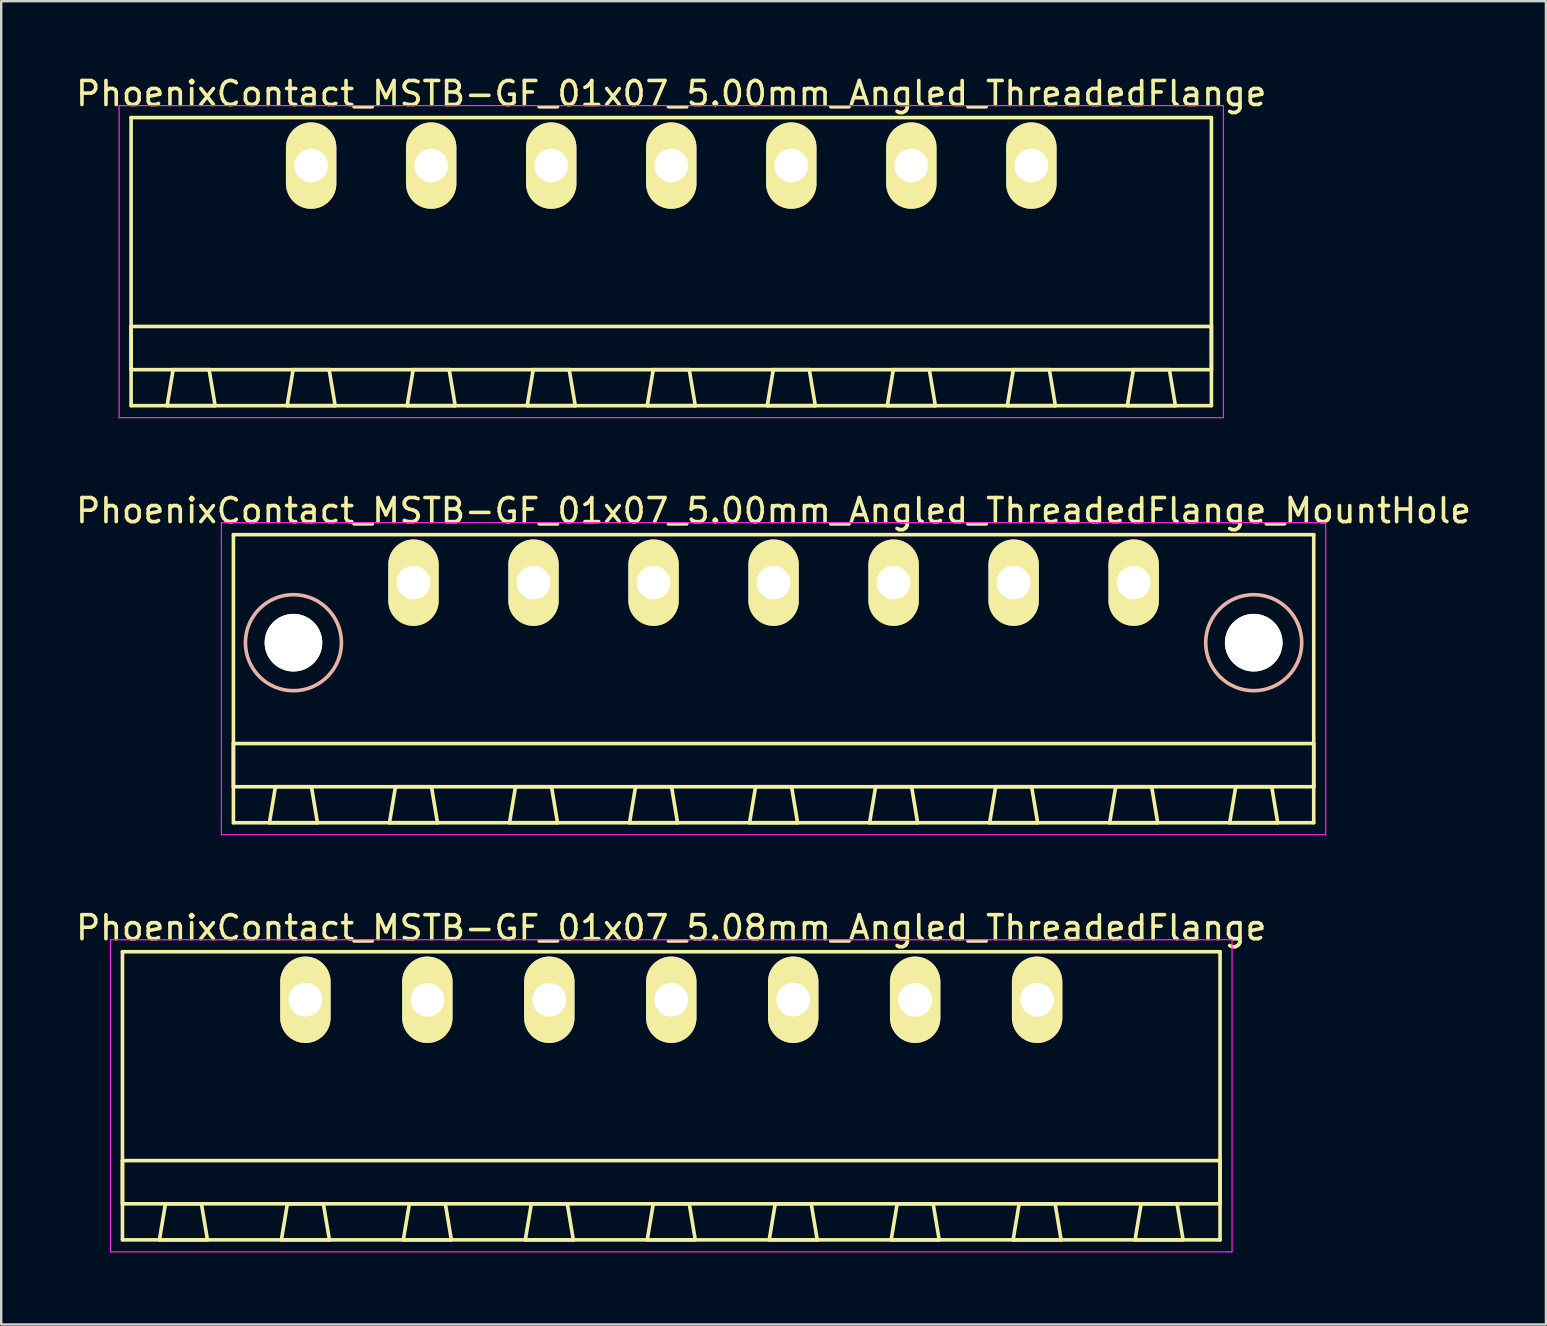
<source format=kicad_pcb>
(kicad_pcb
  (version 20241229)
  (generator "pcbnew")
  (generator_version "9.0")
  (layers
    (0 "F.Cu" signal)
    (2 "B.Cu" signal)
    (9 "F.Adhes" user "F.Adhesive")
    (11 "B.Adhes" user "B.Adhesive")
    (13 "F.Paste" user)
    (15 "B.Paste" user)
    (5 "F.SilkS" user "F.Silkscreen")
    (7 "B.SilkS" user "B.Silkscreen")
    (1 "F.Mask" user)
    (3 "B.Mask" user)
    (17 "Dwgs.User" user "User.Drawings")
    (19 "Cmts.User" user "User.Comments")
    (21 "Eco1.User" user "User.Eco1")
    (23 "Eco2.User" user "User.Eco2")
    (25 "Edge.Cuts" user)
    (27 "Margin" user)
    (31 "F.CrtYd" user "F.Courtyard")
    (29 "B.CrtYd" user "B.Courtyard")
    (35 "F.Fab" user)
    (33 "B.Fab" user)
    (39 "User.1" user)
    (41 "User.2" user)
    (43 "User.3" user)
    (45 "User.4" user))
  (footprint "PhoenixContact_MSTB-GF_01x07_5.08mm_Angled_ThreadedFlange"
    (layer "F.Cu")
    (at 9.671 38.595)
    (property "Reference" "PhoenixContact_MSTB-GF_01x07_5.08mm_Angled_ThreadedFlange" (at 15.24 -3 0) (layer "F.SilkS") (effects (font (size 1 1) (thickness 0.15))))
    (attr through_hole)
    (fp_line (start -7.62 -2) (end -7.62 10) (stroke (width 0.15) (type solid)) (layer "F.SilkS"))
    (fp_line (start -7.62 6.7) (end 38.1 6.7) (stroke (width 0.15) (type solid)) (layer "F.SilkS"))
    (fp_line (start -7.62 8.5) (end -7.62 6.7) (stroke (width 0.15) (type solid)) (layer "F.SilkS"))
    (fp_line (start -7.62 10) (end 38.1 10) (stroke (width 0.15) (type solid)) (layer "F.SilkS"))
    (fp_line (start -6.08 10) (end -4.08 10) (stroke (width 0.15) (type solid)) (layer "F.SilkS"))
    (fp_line (start -5.83 8.5) (end -6.08 10) (stroke (width 0.15) (type solid)) (layer "F.SilkS"))
    (fp_line (start -4.33 8.5) (end -5.83 8.5) (stroke (width 0.15) (type solid)) (layer "F.SilkS"))
    (fp_line (start -4.08 10) (end -4.33 8.5) (stroke (width 0.15) (type solid)) (layer "F.SilkS"))
    (fp_line (start -1 10) (end 1 10) (stroke (width 0.15) (type solid)) (layer "F.SilkS"))
    (fp_line (start -0.75 8.5) (end -1 10) (stroke (width 0.15) (type solid)) (layer "F.SilkS"))
    (fp_line (start 0.75 8.5) (end -0.75 8.5) (stroke (width 0.15) (type solid)) (layer "F.SilkS"))
    (fp_line (start 1 10) (end 0.75 8.5) (stroke (width 0.15) (type solid)) (layer "F.SilkS"))
    (fp_line (start 4.08 10) (end 6.08 10) (stroke (width 0.15) (type solid)) (layer "F.SilkS"))
    (fp_line (start 4.33 8.5) (end 4.08 10) (stroke (width 0.15) (type solid)) (layer "F.SilkS"))
    (fp_line (start 5.83 8.5) (end 4.33 8.5) (stroke (width 0.15) (type solid)) (layer "F.SilkS"))
    (fp_line (start 6.08 10) (end 5.83 8.5) (stroke (width 0.15) (type solid)) (layer "F.SilkS"))
    (fp_line (start 9.16 10) (end 11.16 10) (stroke (width 0.15) (type solid)) (layer "F.SilkS"))
    (fp_line (start 9.41 8.5) (end 9.16 10) (stroke (width 0.15) (type solid)) (layer "F.SilkS"))
    (fp_line (start 10.91 8.5) (end 9.41 8.5) (stroke (width 0.15) (type solid)) (layer "F.SilkS"))
    (fp_line (start 11.16 10) (end 10.91 8.5) (stroke (width 0.15) (type solid)) (layer "F.SilkS"))
    (fp_line (start 14.24 10) (end 16.24 10) (stroke (width 0.15) (type solid)) (layer "F.SilkS"))
    (fp_line (start 14.49 8.5) (end 14.24 10) (stroke (width 0.15) (type solid)) (layer "F.SilkS"))
    (fp_line (start 15.99 8.5) (end 14.49 8.5) (stroke (width 0.15) (type solid)) (layer "F.SilkS"))
    (fp_line (start 16.24 10) (end 15.99 8.5) (stroke (width 0.15) (type solid)) (layer "F.SilkS"))
    (fp_line (start 19.32 10) (end 21.32 10) (stroke (width 0.15) (type solid)) (layer "F.SilkS"))
    (fp_line (start 19.57 8.5) (end 19.32 10) (stroke (width 0.15) (type solid)) (layer "F.SilkS"))
    (fp_line (start 21.07 8.5) (end 19.57 8.5) (stroke (width 0.15) (type solid)) (layer "F.SilkS"))
    (fp_line (start 21.32 10) (end 21.07 8.5) (stroke (width 0.15) (type solid)) (layer "F.SilkS"))
    (fp_line (start 24.4 10) (end 26.4 10) (stroke (width 0.15) (type solid)) (layer "F.SilkS"))
    (fp_line (start 24.65 8.5) (end 24.4 10) (stroke (width 0.15) (type solid)) (layer "F.SilkS"))
    (fp_line (start 26.15 8.5) (end 24.65 8.5) (stroke (width 0.15) (type solid)) (layer "F.SilkS"))
    (fp_line (start 26.4 10) (end 26.15 8.5) (stroke (width 0.15) (type solid)) (layer "F.SilkS"))
    (fp_line (start 29.48 10) (end 31.48 10) (stroke (width 0.15) (type solid)) (layer "F.SilkS"))
    (fp_line (start 29.73 8.5) (end 29.48 10) (stroke (width 0.15) (type solid)) (layer "F.SilkS"))
    (fp_line (start 31.23 8.5) (end 29.73 8.5) (stroke (width 0.15) (type solid)) (layer "F.SilkS"))
    (fp_line (start 31.48 10) (end 31.23 8.5) (stroke (width 0.15) (type solid)) (layer "F.SilkS"))
    (fp_line (start 34.56 10) (end 36.56 10) (stroke (width 0.15) (type solid)) (layer "F.SilkS"))
    (fp_line (start 34.81 8.5) (end 34.56 10) (stroke (width 0.15) (type solid)) (layer "F.SilkS"))
    (fp_line (start 36.31 8.5) (end 34.81 8.5) (stroke (width 0.15) (type solid)) (layer "F.SilkS"))
    (fp_line (start 36.56 10) (end 36.31 8.5) (stroke (width 0.15) (type solid)) (layer "F.SilkS"))
    (fp_line (start 38.1 -2) (end -7.62 -2) (stroke (width 0.15) (type solid)) (layer "F.SilkS"))
    (fp_line (start 38.1 6.7) (end 38.1 8.5) (stroke (width 0.15) (type solid)) (layer "F.SilkS"))
    (fp_line (start 38.1 8.5) (end -7.62 8.5) (stroke (width 0.15) (type solid)) (layer "F.SilkS"))
    (fp_line (start 38.1 10) (end 38.1 -2) (stroke (width 0.15) (type solid)) (layer "F.SilkS"))
    (fp_line (start -8.12 -2.5) (end -8.12 10.5) (stroke (width 0.05) (type solid)) (layer "F.CrtYd"))
    (fp_line (start -8.12 10.5) (end 38.6 10.5) (stroke (width 0.05) (type solid)) (layer "F.CrtYd"))
    (fp_line (start 38.6 -2.5) (end -8.12 -2.5) (stroke (width 0.05) (type solid)) (layer "F.CrtYd"))
    (fp_line (start 38.6 10.5) (end 38.6 -2.5) (stroke (width 0.05) (type solid)) (layer "F.CrtYd"))
    (pad "1" thru_hole oval (at 0 0) (size 2.1 3.6) (drill 1.4) (layers "*.Cu" "*.Mask" "F.SilkS"))
    (pad "2" thru_hole oval (at 5.08 0) (size 2.1 3.6) (drill 1.4) (layers "*.Cu" "*.Mask" "F.SilkS"))
    (pad "3" thru_hole oval (at 10.16 0) (size 2.1 3.6) (drill 1.4) (layers "*.Cu" "*.Mask" "F.SilkS"))
    (pad "4" thru_hole oval (at 15.24 0) (size 2.1 3.6) (drill 1.4) (layers "*.Cu" "*.Mask" "F.SilkS"))
    (pad "5" thru_hole oval (at 20.32 0) (size 2.1 3.6) (drill 1.4) (layers "*.Cu" "*.Mask" "F.SilkS"))
    (pad "6" thru_hole oval (at 25.4 0) (size 2.1 3.6) (drill 1.4) (layers "*.Cu" "*.Mask" "F.SilkS"))
    (pad "7" thru_hole oval (at 30.48 0) (size 2.1 3.6) (drill 1.4) (layers "*.Cu" "*.Mask" "F.SilkS")))
  (footprint "PhoenixContact_MSTB-GF_01x07_5.00mm_Angled_ThreadedFlange_MountHole"
    (layer "F.Cu")
    (at 14.173 21.221)
    (property "Reference" "PhoenixContact_MSTB-GF_01x07_5.00mm_Angled_ThreadedFlange_MountHole" (at 15 -3 0) (layer "F.SilkS") (effects (font (size 1 1) (thickness 0.15))))
    (attr through_hole)
    (fp_line (start -7.5 -2) (end -7.5 10) (stroke (width 0.15) (type solid)) (layer "F.SilkS"))
    (fp_line (start -7.5 6.7) (end 37.5 6.7) (stroke (width 0.15) (type solid)) (layer "F.SilkS"))
    (fp_line (start -7.5 8.5) (end -7.5 6.7) (stroke (width 0.15) (type solid)) (layer "F.SilkS"))
    (fp_line (start -7.5 10) (end 37.5 10) (stroke (width 0.15) (type solid)) (layer "F.SilkS"))
    (fp_line (start -6 10) (end -4 10) (stroke (width 0.15) (type solid)) (layer "F.SilkS"))
    (fp_line (start -5.75 8.5) (end -6 10) (stroke (width 0.15) (type solid)) (layer "F.SilkS"))
    (fp_line (start -4.25 8.5) (end -5.75 8.5) (stroke (width 0.15) (type solid)) (layer "F.SilkS"))
    (fp_line (start -4 10) (end -4.25 8.5) (stroke (width 0.15) (type solid)) (layer "F.SilkS"))
    (fp_line (start -1 10) (end 1 10) (stroke (width 0.15) (type solid)) (layer "F.SilkS"))
    (fp_line (start -0.75 8.5) (end -1 10) (stroke (width 0.15) (type solid)) (layer "F.SilkS"))
    (fp_line (start 0.75 8.5) (end -0.75 8.5) (stroke (width 0.15) (type solid)) (layer "F.SilkS"))
    (fp_line (start 1 10) (end 0.75 8.5) (stroke (width 0.15) (type solid)) (layer "F.SilkS"))
    (fp_line (start 4 10) (end 6 10) (stroke (width 0.15) (type solid)) (layer "F.SilkS"))
    (fp_line (start 4.25 8.5) (end 4 10) (stroke (width 0.15) (type solid)) (layer "F.SilkS"))
    (fp_line (start 5.75 8.5) (end 4.25 8.5) (stroke (width 0.15) (type solid)) (layer "F.SilkS"))
    (fp_line (start 6 10) (end 5.75 8.5) (stroke (width 0.15) (type solid)) (layer "F.SilkS"))
    (fp_line (start 9 10) (end 11 10) (stroke (width 0.15) (type solid)) (layer "F.SilkS"))
    (fp_line (start 9.25 8.5) (end 9 10) (stroke (width 0.15) (type solid)) (layer "F.SilkS"))
    (fp_line (start 10.75 8.5) (end 9.25 8.5) (stroke (width 0.15) (type solid)) (layer "F.SilkS"))
    (fp_line (start 11 10) (end 10.75 8.5) (stroke (width 0.15) (type solid)) (layer "F.SilkS"))
    (fp_line (start 14 10) (end 16 10) (stroke (width 0.15) (type solid)) (layer "F.SilkS"))
    (fp_line (start 14.25 8.5) (end 14 10) (stroke (width 0.15) (type solid)) (layer "F.SilkS"))
    (fp_line (start 15.75 8.5) (end 14.25 8.5) (stroke (width 0.15) (type solid)) (layer "F.SilkS"))
    (fp_line (start 16 10) (end 15.75 8.5) (stroke (width 0.15) (type solid)) (layer "F.SilkS"))
    (fp_line (start 19 10) (end 21 10) (stroke (width 0.15) (type solid)) (layer "F.SilkS"))
    (fp_line (start 19.25 8.5) (end 19 10) (stroke (width 0.15) (type solid)) (layer "F.SilkS"))
    (fp_line (start 20.75 8.5) (end 19.25 8.5) (stroke (width 0.15) (type solid)) (layer "F.SilkS"))
    (fp_line (start 21 10) (end 20.75 8.5) (stroke (width 0.15) (type solid)) (layer "F.SilkS"))
    (fp_line (start 24 10) (end 26 10) (stroke (width 0.15) (type solid)) (layer "F.SilkS"))
    (fp_line (start 24.25 8.5) (end 24 10) (stroke (width 0.15) (type solid)) (layer "F.SilkS"))
    (fp_line (start 25.75 8.5) (end 24.25 8.5) (stroke (width 0.15) (type solid)) (layer "F.SilkS"))
    (fp_line (start 26 10) (end 25.75 8.5) (stroke (width 0.15) (type solid)) (layer "F.SilkS"))
    (fp_line (start 29 10) (end 31 10) (stroke (width 0.15) (type solid)) (layer "F.SilkS"))
    (fp_line (start 29.25 8.5) (end 29 10) (stroke (width 0.15) (type solid)) (layer "F.SilkS"))
    (fp_line (start 30.75 8.5) (end 29.25 8.5) (stroke (width 0.15) (type solid)) (layer "F.SilkS"))
    (fp_line (start 31 10) (end 30.75 8.5) (stroke (width 0.15) (type solid)) (layer "F.SilkS"))
    (fp_line (start 34 10) (end 36 10) (stroke (width 0.15) (type solid)) (layer "F.SilkS"))
    (fp_line (start 34.25 8.5) (end 34 10) (stroke (width 0.15) (type solid)) (layer "F.SilkS"))
    (fp_line (start 35.75 8.5) (end 34.25 8.5) (stroke (width 0.15) (type solid)) (layer "F.SilkS"))
    (fp_line (start 36 10) (end 35.75 8.5) (stroke (width 0.15) (type solid)) (layer "F.SilkS"))
    (fp_line (start 37.5 -2) (end -7.5 -2) (stroke (width 0.15) (type solid)) (layer "F.SilkS"))
    (fp_line (start 37.5 6.7) (end 37.5 8.5) (stroke (width 0.15) (type solid)) (layer "F.SilkS"))
    (fp_line (start 37.5 8.5) (end -7.5 8.5) (stroke (width 0.15) (type solid)) (layer "F.SilkS"))
    (fp_line (start 37.5 10) (end 37.5 -2) (stroke (width 0.15) (type solid)) (layer "F.SilkS"))
    (fp_circle (center -5 2.5) (end -3 2.5) (stroke (width 0.15) (type solid)) (fill no) (layer "B.SilkS"))
    (fp_circle (center 35 2.5) (end 37 2.5) (stroke (width 0.15) (type solid)) (fill no) (layer "B.SilkS"))
    (fp_line (start -8 -2.5) (end -8 10.5) (stroke (width 0.05) (type solid)) (layer "F.CrtYd"))
    (fp_line (start -8 10.5) (end 38 10.5) (stroke (width 0.05) (type solid)) (layer "F.CrtYd"))
    (fp_line (start 38 -2.5) (end -8 -2.5) (stroke (width 0.05) (type solid)) (layer "F.CrtYd"))
    (fp_line (start 38 10.5) (end 38 -2.5) (stroke (width 0.05) (type solid)) (layer "F.CrtYd"))
    (pad "" np_thru_hole circle (at -5 2.5) (size 2.4 2.4) (drill 2.4) (layers "*.Cu" "*.Mask" "F.SilkS"))
    (pad "" np_thru_hole circle (at 35 2.5) (size 2.4 2.4) (drill 2.4) (layers "*.Cu" "*.Mask" "F.SilkS"))
    (pad "1" thru_hole oval (at 0 0) (size 2.1 3.6) (drill 1.4) (layers "*.Cu" "*.Mask" "F.SilkS"))
    (pad "2" thru_hole oval (at 5 0) (size 2.1 3.6) (drill 1.4) (layers "*.Cu" "*.Mask" "F.SilkS"))
    (pad "3" thru_hole oval (at 10 0) (size 2.1 3.6) (drill 1.4) (layers "*.Cu" "*.Mask" "F.SilkS"))
    (pad "4" thru_hole oval (at 15 0) (size 2.1 3.6) (drill 1.4) (layers "*.Cu" "*.Mask" "F.SilkS"))
    (pad "5" thru_hole oval (at 20 0) (size 2.1 3.6) (drill 1.4) (layers "*.Cu" "*.Mask" "F.SilkS"))
    (pad "6" thru_hole oval (at 25 0) (size 2.1 3.6) (drill 1.4) (layers "*.Cu" "*.Mask" "F.SilkS"))
    (pad "7" thru_hole oval (at 30 0) (size 2.1 3.6) (drill 1.4) (layers "*.Cu" "*.Mask" "F.SilkS")))
  (footprint "PhoenixContact_MSTB-GF_01x07_5.00mm_Angled_ThreadedFlange"
    (layer "F.Cu")
    (at 9.911 3.848)
    (property "Reference" "PhoenixContact_MSTB-GF_01x07_5.00mm_Angled_ThreadedFlange" (at 15 -3 0) (layer "F.SilkS") (effects (font (size 1 1) (thickness 0.15))))
    (attr through_hole)
    (fp_line (start -7.5 -2) (end -7.5 10) (stroke (width 0.15) (type solid)) (layer "F.SilkS"))
    (fp_line (start -7.5 6.7) (end 37.5 6.7) (stroke (width 0.15) (type solid)) (layer "F.SilkS"))
    (fp_line (start -7.5 8.5) (end -7.5 6.7) (stroke (width 0.15) (type solid)) (layer "F.SilkS"))
    (fp_line (start -7.5 10) (end 37.5 10) (stroke (width 0.15) (type solid)) (layer "F.SilkS"))
    (fp_line (start -6 10) (end -4 10) (stroke (width 0.15) (type solid)) (layer "F.SilkS"))
    (fp_line (start -5.75 8.5) (end -6 10) (stroke (width 0.15) (type solid)) (layer "F.SilkS"))
    (fp_line (start -4.25 8.5) (end -5.75 8.5) (stroke (width 0.15) (type solid)) (layer "F.SilkS"))
    (fp_line (start -4 10) (end -4.25 8.5) (stroke (width 0.15) (type solid)) (layer "F.SilkS"))
    (fp_line (start -1 10) (end 1 10) (stroke (width 0.15) (type solid)) (layer "F.SilkS"))
    (fp_line (start -0.75 8.5) (end -1 10) (stroke (width 0.15) (type solid)) (layer "F.SilkS"))
    (fp_line (start 0.75 8.5) (end -0.75 8.5) (stroke (width 0.15) (type solid)) (layer "F.SilkS"))
    (fp_line (start 1 10) (end 0.75 8.5) (stroke (width 0.15) (type solid)) (layer "F.SilkS"))
    (fp_line (start 4 10) (end 6 10) (stroke (width 0.15) (type solid)) (layer "F.SilkS"))
    (fp_line (start 4.25 8.5) (end 4 10) (stroke (width 0.15) (type solid)) (layer "F.SilkS"))
    (fp_line (start 5.75 8.5) (end 4.25 8.5) (stroke (width 0.15) (type solid)) (layer "F.SilkS"))
    (fp_line (start 6 10) (end 5.75 8.5) (stroke (width 0.15) (type solid)) (layer "F.SilkS"))
    (fp_line (start 9 10) (end 11 10) (stroke (width 0.15) (type solid)) (layer "F.SilkS"))
    (fp_line (start 9.25 8.5) (end 9 10) (stroke (width 0.15) (type solid)) (layer "F.SilkS"))
    (fp_line (start 10.75 8.5) (end 9.25 8.5) (stroke (width 0.15) (type solid)) (layer "F.SilkS"))
    (fp_line (start 11 10) (end 10.75 8.5) (stroke (width 0.15) (type solid)) (layer "F.SilkS"))
    (fp_line (start 14 10) (end 16 10) (stroke (width 0.15) (type solid)) (layer "F.SilkS"))
    (fp_line (start 14.25 8.5) (end 14 10) (stroke (width 0.15) (type solid)) (layer "F.SilkS"))
    (fp_line (start 15.75 8.5) (end 14.25 8.5) (stroke (width 0.15) (type solid)) (layer "F.SilkS"))
    (fp_line (start 16 10) (end 15.75 8.5) (stroke (width 0.15) (type solid)) (layer "F.SilkS"))
    (fp_line (start 19 10) (end 21 10) (stroke (width 0.15) (type solid)) (layer "F.SilkS"))
    (fp_line (start 19.25 8.5) (end 19 10) (stroke (width 0.15) (type solid)) (layer "F.SilkS"))
    (fp_line (start 20.75 8.5) (end 19.25 8.5) (stroke (width 0.15) (type solid)) (layer "F.SilkS"))
    (fp_line (start 21 10) (end 20.75 8.5) (stroke (width 0.15) (type solid)) (layer "F.SilkS"))
    (fp_line (start 24 10) (end 26 10) (stroke (width 0.15) (type solid)) (layer "F.SilkS"))
    (fp_line (start 24.25 8.5) (end 24 10) (stroke (width 0.15) (type solid)) (layer "F.SilkS"))
    (fp_line (start 25.75 8.5) (end 24.25 8.5) (stroke (width 0.15) (type solid)) (layer "F.SilkS"))
    (fp_line (start 26 10) (end 25.75 8.5) (stroke (width 0.15) (type solid)) (layer "F.SilkS"))
    (fp_line (start 29 10) (end 31 10) (stroke (width 0.15) (type solid)) (layer "F.SilkS"))
    (fp_line (start 29.25 8.5) (end 29 10) (stroke (width 0.15) (type solid)) (layer "F.SilkS"))
    (fp_line (start 30.75 8.5) (end 29.25 8.5) (stroke (width 0.15) (type solid)) (layer "F.SilkS"))
    (fp_line (start 31 10) (end 30.75 8.5) (stroke (width 0.15) (type solid)) (layer "F.SilkS"))
    (fp_line (start 34 10) (end 36 10) (stroke (width 0.15) (type solid)) (layer "F.SilkS"))
    (fp_line (start 34.25 8.5) (end 34 10) (stroke (width 0.15) (type solid)) (layer "F.SilkS"))
    (fp_line (start 35.75 8.5) (end 34.25 8.5) (stroke (width 0.15) (type solid)) (layer "F.SilkS"))
    (fp_line (start 36 10) (end 35.75 8.5) (stroke (width 0.15) (type solid)) (layer "F.SilkS"))
    (fp_line (start 37.5 -2) (end -7.5 -2) (stroke (width 0.15) (type solid)) (layer "F.SilkS"))
    (fp_line (start 37.5 6.7) (end 37.5 8.5) (stroke (width 0.15) (type solid)) (layer "F.SilkS"))
    (fp_line (start 37.5 8.5) (end -7.5 8.5) (stroke (width 0.15) (type solid)) (layer "F.SilkS"))
    (fp_line (start 37.5 10) (end 37.5 -2) (stroke (width 0.15) (type solid)) (layer "F.SilkS"))
    (fp_line (start -8 -2.5) (end -8 10.5) (stroke (width 0.05) (type solid)) (layer "F.CrtYd"))
    (fp_line (start -8 10.5) (end 38 10.5) (stroke (width 0.05) (type solid)) (layer "F.CrtYd"))
    (fp_line (start 38 -2.5) (end -8 -2.5) (stroke (width 0.05) (type solid)) (layer "F.CrtYd"))
    (fp_line (start 38 10.5) (end 38 -2.5) (stroke (width 0.05) (type solid)) (layer "F.CrtYd"))
    (pad "1" thru_hole oval (at 0 0) (size 2.1 3.6) (drill 1.4) (layers "*.Cu" "*.Mask" "F.SilkS"))
    (pad "2" thru_hole oval (at 5 0) (size 2.1 3.6) (drill 1.4) (layers "*.Cu" "*.Mask" "F.SilkS"))
    (pad "3" thru_hole oval (at 10 0) (size 2.1 3.6) (drill 1.4) (layers "*.Cu" "*.Mask" "F.SilkS"))
    (pad "4" thru_hole oval (at 15 0) (size 2.1 3.6) (drill 1.4) (layers "*.Cu" "*.Mask" "F.SilkS"))
    (pad "5" thru_hole oval (at 20 0) (size 2.1 3.6) (drill 1.4) (layers "*.Cu" "*.Mask" "F.SilkS"))
    (pad "6" thru_hole oval (at 25 0) (size 2.1 3.6) (drill 1.4) (layers "*.Cu" "*.Mask" "F.SilkS"))
    (pad "7" thru_hole oval (at 30 0) (size 2.1 3.6) (drill 1.4) (layers "*.Cu" "*.Mask" "F.SilkS")))
  (gr_rect
    (start -3 -3)
    (end 61.345 52.12)
    (stroke (width 0.1) (type default))
    (fill no)
    (layer "Edge.Cuts")))
</source>
